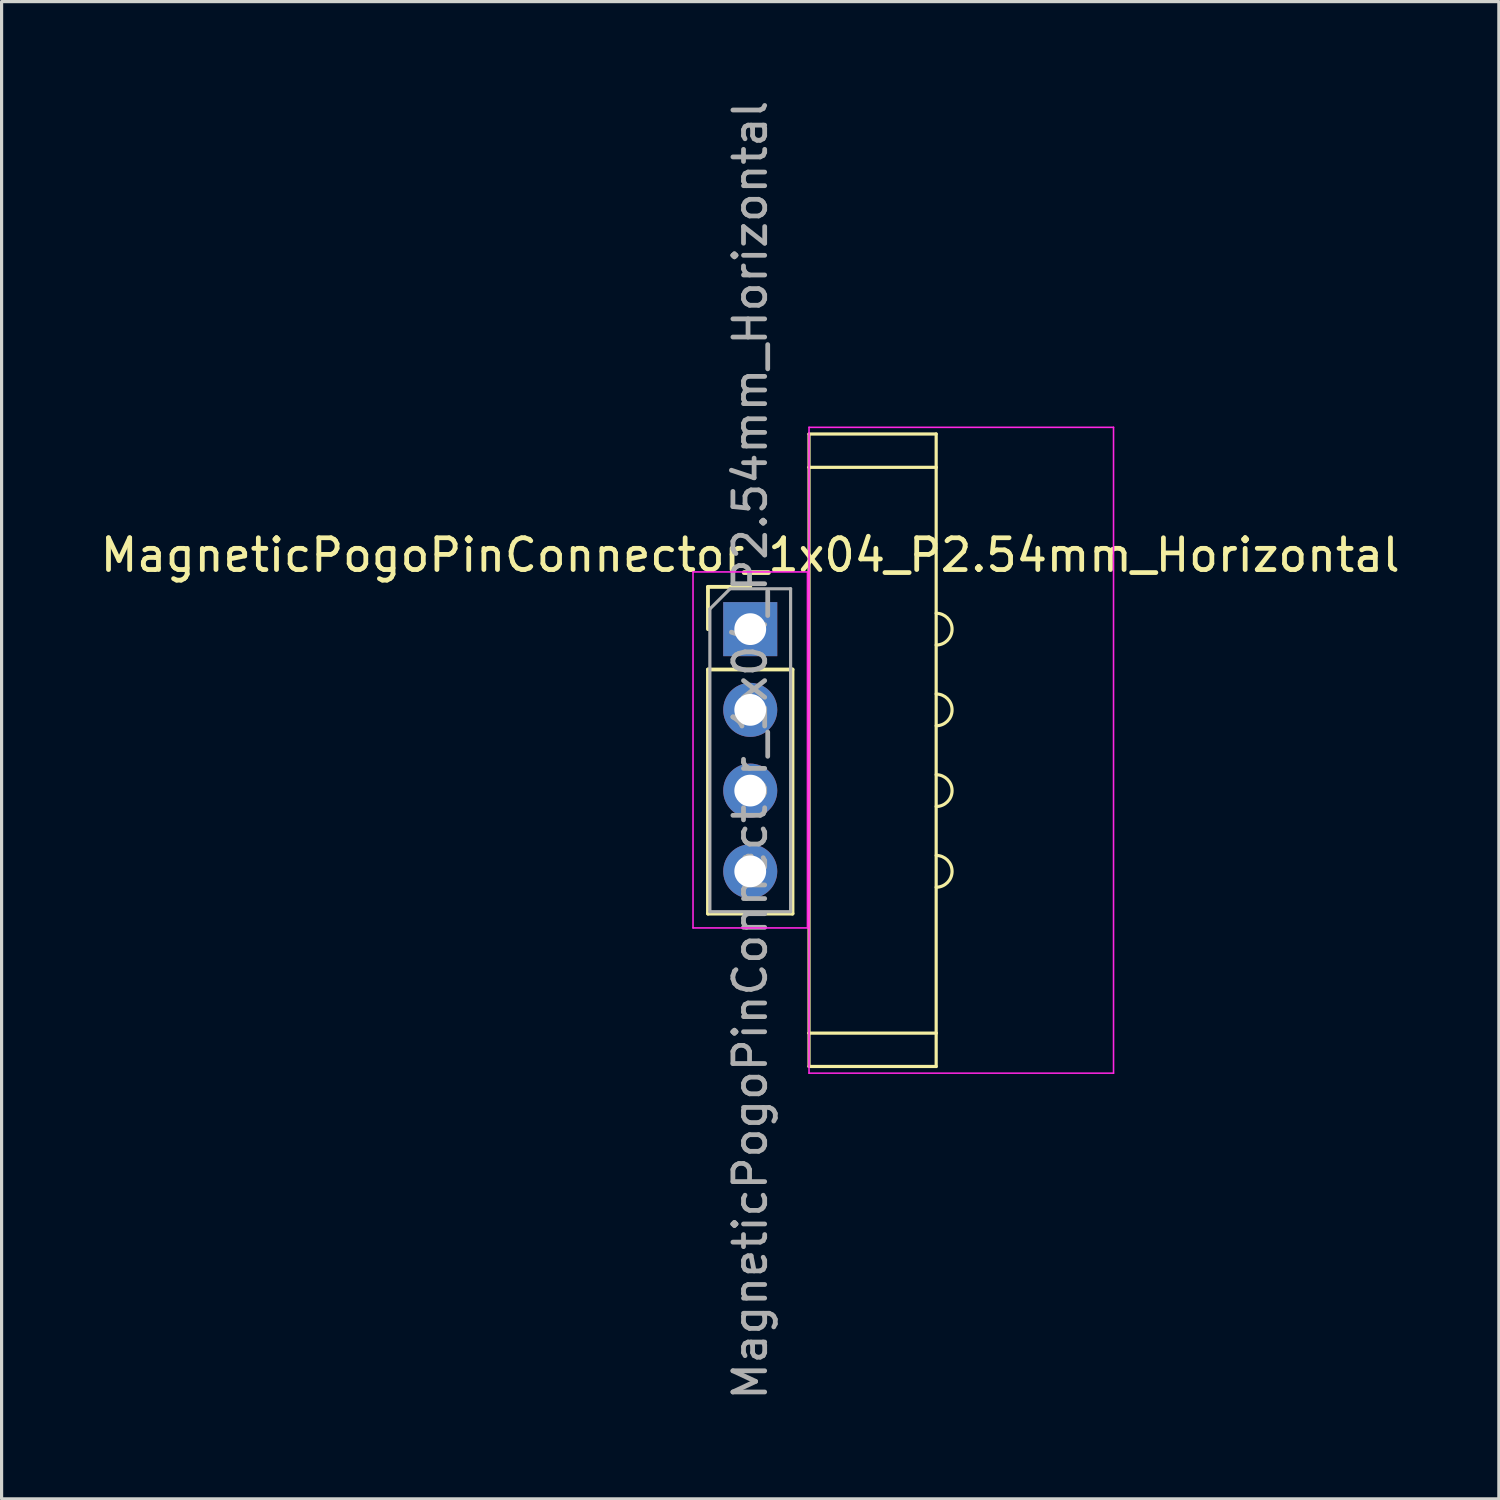
<source format=kicad_pcb>
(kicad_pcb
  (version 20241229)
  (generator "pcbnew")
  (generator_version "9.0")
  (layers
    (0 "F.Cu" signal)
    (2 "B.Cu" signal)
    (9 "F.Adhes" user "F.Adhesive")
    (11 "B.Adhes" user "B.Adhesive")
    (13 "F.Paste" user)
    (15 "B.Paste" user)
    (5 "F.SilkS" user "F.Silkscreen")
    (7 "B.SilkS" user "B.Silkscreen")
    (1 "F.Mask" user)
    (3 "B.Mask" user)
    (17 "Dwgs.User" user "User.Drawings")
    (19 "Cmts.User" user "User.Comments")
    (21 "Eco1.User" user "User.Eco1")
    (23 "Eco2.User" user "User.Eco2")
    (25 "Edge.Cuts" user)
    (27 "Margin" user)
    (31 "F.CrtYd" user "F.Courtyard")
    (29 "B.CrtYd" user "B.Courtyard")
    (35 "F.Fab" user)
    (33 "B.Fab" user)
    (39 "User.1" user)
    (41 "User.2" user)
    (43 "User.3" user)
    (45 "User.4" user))
  (footprint "MagneticPogoPinConnector_1x04_P2.54mm_Horizontal"
    (layer "F.Cu")
    (at 20.554 16.744)
    (property "Reference" "MagneticPogoPinConnector_1x04_P2.54mm_Horizontal" (at 0 -2.33 0) (layer "F.SilkS") (effects (font (size 1 1) (thickness 0.15))))
    (attr through_hole)
    (fp_line (start -1.33 -1.33) (end 0 -1.33) (stroke (width 0.12) (type solid)) (layer "F.SilkS"))
    (fp_line (start -1.33 0) (end -1.33 -1.33) (stroke (width 0.12) (type solid)) (layer "F.SilkS"))
    (fp_line (start -1.33 1.27) (end -1.33 8.95) (stroke (width 0.12) (type solid)) (layer "F.SilkS"))
    (fp_line (start -1.33 1.27) (end 1.33 1.27) (stroke (width 0.12) (type solid)) (layer "F.SilkS"))
    (fp_line (start -1.33 8.95) (end 1.33 8.95) (stroke (width 0.12) (type solid)) (layer "F.SilkS"))
    (fp_line (start 1.33 1.27) (end 1.33 8.95) (stroke (width 0.12) (type solid)) (layer "F.SilkS"))
    (fp_line (start 1.85 -6.14) (end 5.85 -6.14) (stroke (width 0.1) (type default)) (layer "F.SilkS"))
    (fp_line (start 1.85 -5.09) (end 1.85 -6.14) (stroke (width 0.1) (type default)) (layer "F.SilkS"))
    (fp_line (start 1.85 -5.09) (end 1.85 12.71) (stroke (width 0.1) (type default)) (layer "F.SilkS"))
    (fp_line (start 1.85 12.71) (end 1.85 13.76) (stroke (width 0.1) (type default)) (layer "F.SilkS"))
    (fp_line (start 1.85 12.71) (end 5.85 12.71) (stroke (width 0.1) (type default)) (layer "F.SilkS"))
    (fp_line (start 1.85 13.76) (end 5.85 13.76) (stroke (width 0.1) (type default)) (layer "F.SilkS"))
    (fp_line (start 5.85 -6.14) (end 5.85 -5.09) (stroke (width 0.1) (type default)) (layer "F.SilkS"))
    (fp_line (start 5.85 -5.09) (end 1.85 -5.09) (stroke (width 0.1) (type default)) (layer "F.SilkS"))
    (fp_line (start 5.85 12.71) (end 5.85 -5.09) (stroke (width 0.1) (type default)) (layer "F.SilkS"))
    (fp_line (start 5.85 13.76) (end 5.85 12.71) (stroke (width 0.1) (type default)) (layer "F.SilkS"))
    (fp_arc (start 5.85 -0.5) (mid 6.35 0) (end 5.85 0.5) (stroke (width 0.1) (type default)) (layer "F.SilkS"))
    (fp_arc (start 5.85 2.04) (mid 6.35 2.54) (end 5.85 3.04) (stroke (width 0.1) (type default)) (layer "F.SilkS"))
    (fp_arc (start 5.85 4.58) (mid 6.35 5.08) (end 5.85 5.58) (stroke (width 0.1) (type default)) (layer "F.SilkS"))
    (fp_arc (start 5.85 7.12) (mid 6.35 7.62) (end 5.85 8.12) (stroke (width 0.1) (type default)) (layer "F.SilkS"))
    (fp_line (start -1.8 -1.8) (end -1.8 9.4) (stroke (width 0.05) (type solid)) (layer "F.CrtYd"))
    (fp_line (start -1.8 9.4) (end 1.8 9.4) (stroke (width 0.05) (type solid)) (layer "F.CrtYd"))
    (fp_line (start 1.8 -1.8) (end -1.8 -1.8) (stroke (width 0.05) (type solid)) (layer "F.CrtYd"))
    (fp_line (start 1.8 9.4) (end 1.8 -1.8) (stroke (width 0.05) (type solid)) (layer "F.CrtYd"))
    (fp_line (start 1.85 -6.35) (end 11.43 -6.35) (stroke (width 0.05) (type default)) (layer "F.CrtYd"))
    (fp_line (start 1.85 13.97) (end 1.85 -6.35) (stroke (width 0.05) (type default)) (layer "F.CrtYd"))
    (fp_line (start 11.43 -6.35) (end 11.43 13.97) (stroke (width 0.05) (type default)) (layer "F.CrtYd"))
    (fp_line (start 11.43 13.97) (end 1.85 13.97) (stroke (width 0.05) (type default)) (layer "F.CrtYd"))
    (fp_line (start -1.27 -0.635) (end -0.635 -1.27) (stroke (width 0.1) (type solid)) (layer "F.Fab"))
    (fp_line (start -1.27 8.89) (end -1.27 -0.635) (stroke (width 0.1) (type solid)) (layer "F.Fab"))
    (fp_line (start -0.635 -1.27) (end 1.27 -1.27) (stroke (width 0.1) (type solid)) (layer "F.Fab"))
    (fp_line (start 1.27 -1.27) (end 1.27 8.89) (stroke (width 0.1) (type solid)) (layer "F.Fab"))
    (fp_line (start 1.27 8.89) (end -1.27 8.89) (stroke (width 0.1) (type solid)) (layer "F.Fab"))
    (fp_text user "${REFERENCE}" (at 0 3.81 90) (layer "F.Fab") (effects (font (size 1 1) (thickness 0.15))))
    (pad "1" thru_hole rect (at 0 0) (size 1.7 1.7) (drill 1) (layers "*.Cu" "*.Mask"))
    (pad "2" thru_hole oval (at 0 2.54) (size 1.7 1.7) (drill 1) (layers "*.Cu" "*.Mask"))
    (pad "3" thru_hole oval (at 0 5.08) (size 1.7 1.7) (drill 1) (layers "*.Cu" "*.Mask"))
    (pad "4" thru_hole oval (at 0 7.62) (size 1.7 1.7) (drill 1) (layers "*.Cu" "*.Mask")))
  (gr_rect
    (start -3 -3)
    (end 44.107 44.107)
    (stroke (width 0.1) (type default))
    (fill no)
    (layer "Edge.Cuts")))
</source>
